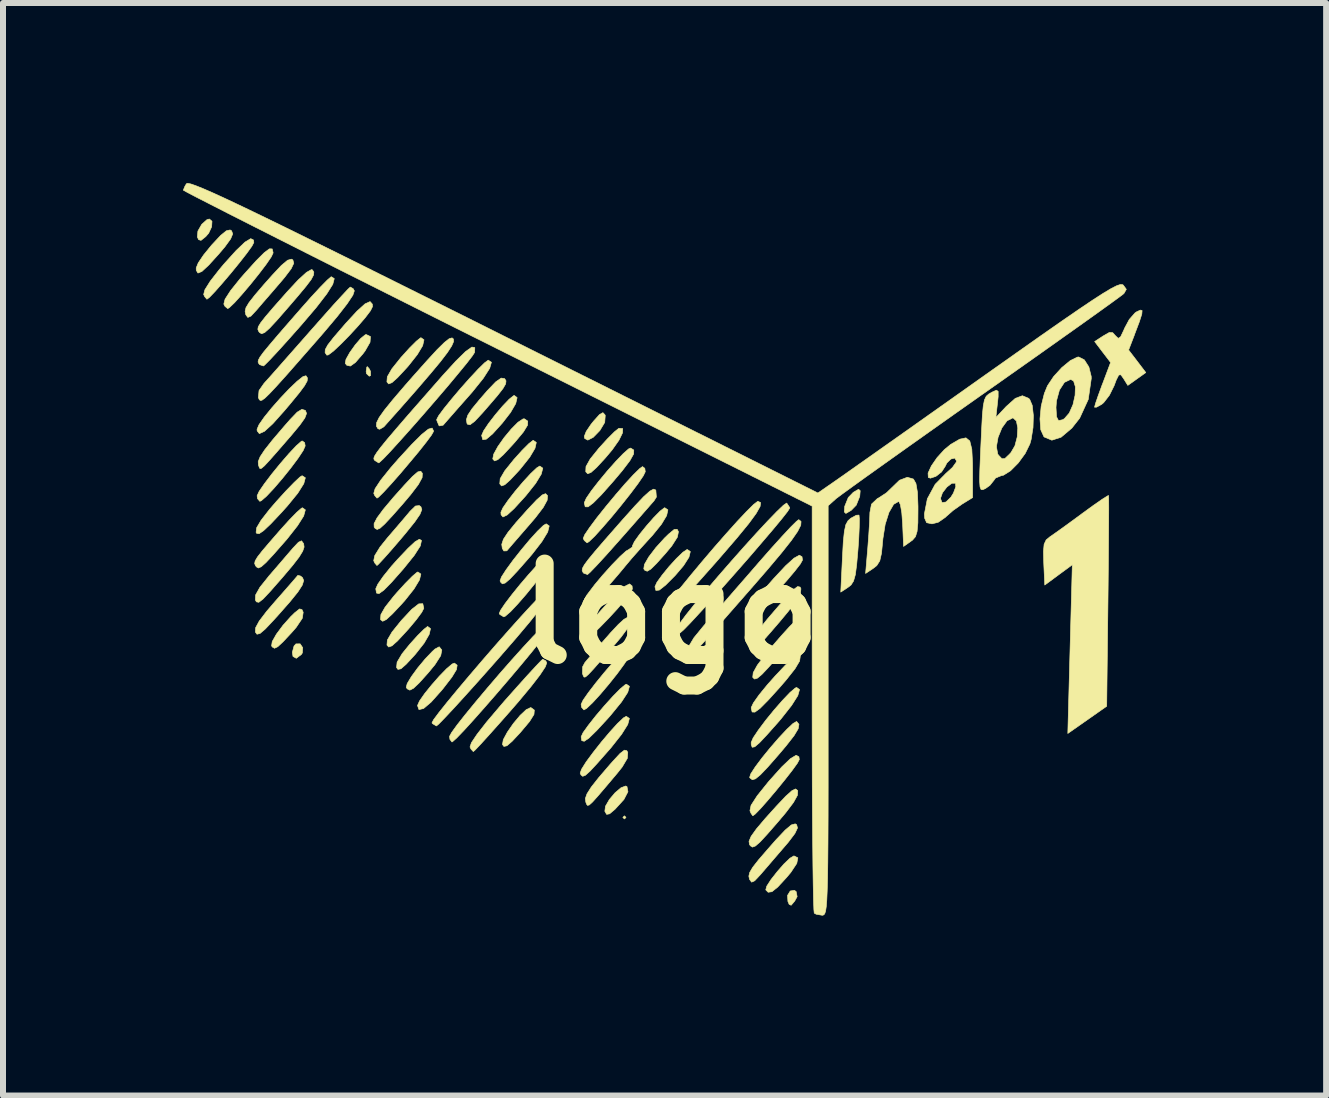
<source format=kicad_pcb>
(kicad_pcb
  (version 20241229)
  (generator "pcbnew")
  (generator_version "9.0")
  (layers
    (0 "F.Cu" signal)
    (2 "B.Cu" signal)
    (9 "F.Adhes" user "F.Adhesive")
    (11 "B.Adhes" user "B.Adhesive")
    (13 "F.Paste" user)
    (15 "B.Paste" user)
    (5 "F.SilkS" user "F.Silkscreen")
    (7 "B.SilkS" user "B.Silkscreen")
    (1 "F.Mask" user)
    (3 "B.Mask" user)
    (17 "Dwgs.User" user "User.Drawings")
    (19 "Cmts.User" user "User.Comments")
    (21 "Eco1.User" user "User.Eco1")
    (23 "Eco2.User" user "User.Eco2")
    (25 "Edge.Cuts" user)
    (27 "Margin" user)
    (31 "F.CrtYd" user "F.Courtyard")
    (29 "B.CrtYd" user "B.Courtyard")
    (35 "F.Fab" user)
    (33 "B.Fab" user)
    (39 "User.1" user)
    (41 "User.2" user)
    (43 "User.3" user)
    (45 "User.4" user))
  (footprint "logo"
    (layer "F.Cu")
    (at 8.132 7.177)
    (property "Reference" "logo" (at 0 0 0) (layer "F.SilkS") (effects (font (size 1.524 1.524) (thickness 0.3))))
    (attr through_hole)
    (fp_poly (pts (xy -0.749 3.396) (xy -0.775 3.422) (xy -0.802 3.396) (xy -0.775 3.369) (xy -0.749 3.396)) (stroke (width 0.01) (type solid)) (fill yes) (layer "F.SilkS"))
    (fp_poly (pts (xy -5.025 -4.076) (xy -5.007 -4.037) (xy -5.006 -3.968) (xy -5.028 -3.957) (xy -5.074 -4) (xy -5.08 -4.037) (xy -5.069 -4.109) (xy -5.059 -4.117) (xy -5.025 -4.076)) (stroke (width 0.01) (type solid)) (fill yes) (layer "F.SilkS"))
    (fp_poly (pts (xy -6.137 0.567) (xy -6.143 0.654) (xy -6.159 0.68) (xy -6.244 0.744) (xy -6.299 0.713) (xy -6.31 0.645) (xy -6.282 0.54) (xy -6.25 0.504) (xy -6.18 0.503) (xy -6.137 0.567)) (stroke (width 0.01) (type solid)) (fill yes) (layer "F.SilkS"))
    (fp_poly (pts (xy 2.086 4.631) (xy 2.103 4.716) (xy 2.063 4.789) (xy 2.003 4.86) (xy 1.97 4.845) (xy 1.949 4.796) (xy 1.943 4.695) (xy 1.988 4.622) (xy 2.057 4.611) (xy 2.086 4.631)) (stroke (width 0.01) (type solid)) (fill yes) (layer "F.SilkS"))
    (fp_poly (pts (xy 3.154 -2.049) (xy 3.146 -1.954) (xy 3.088 -1.808) (xy 3.003 -1.721) (xy 2.915 -1.67) (xy 2.889 -1.695) (xy 2.896 -1.789) (xy 2.955 -1.935) (xy 3.039 -2.022) (xy 3.127 -2.073) (xy 3.154 -2.049)) (stroke (width 0.01) (type solid)) (fill yes) (layer "F.SilkS"))
    (fp_poly (pts (xy -7.649 -6.539) (xy -7.655 -6.447) (xy -7.704 -6.341) (xy -7.753 -6.284) (xy -7.832 -6.221) (xy -7.872 -6.233) (xy -7.893 -6.278) (xy -7.884 -6.376) (xy -7.82 -6.488) (xy -7.733 -6.566) (xy -7.692 -6.577) (xy -7.649 -6.539)) (stroke (width 0.01) (type solid)) (fill yes) (layer "F.SilkS"))
    (fp_poly (pts (xy -1.1 -3.314) (xy -1.095 -3.303) (xy -1.104 -3.187) (xy -1.185 -3.052) (xy -1.296 -2.938) (xy -1.386 -2.892) (xy -1.438 -2.92) (xy -1.444 -2.956) (xy -1.412 -3.037) (xy -1.33 -3.158) (xy -1.288 -3.21) (xy -1.19 -3.319) (xy -1.134 -3.35) (xy -1.1 -3.314)) (stroke (width 0.01) (type solid)) (fill yes) (layer "F.SilkS"))
    (fp_poly (pts (xy -0.733 2.882) (xy -0.717 2.968) (xy -0.784 3.097) (xy -0.928 3.255) (xy -0.929 3.257) (xy -1.023 3.336) (xy -1.072 3.345) (xy -1.102 3.293) (xy -1.091 3.209) (xy -1.026 3.097) (xy -0.932 2.986) (xy -0.833 2.902) (xy -0.754 2.872) (xy -0.733 2.882)) (stroke (width 0.01) (type solid)) (fill yes) (layer "F.SilkS"))
    (fp_poly (pts (xy -5.008 -4.618) (xy -5.015 -4.523) (xy -5.098 -4.378) (xy -5.134 -4.33) (xy -5.259 -4.186) (xy -5.343 -4.126) (xy -5.403 -4.14) (xy -5.428 -4.172) (xy -5.416 -4.238) (xy -5.353 -4.351) (xy -5.263 -4.478) (xy -5.169 -4.588) (xy -5.094 -4.648) (xy -5.079 -4.652) (xy -5.008 -4.618)) (stroke (width 0.01) (type solid)) (fill yes) (layer "F.SilkS"))
    (fp_poly (pts (xy 0.323 -1.035) (xy 0.3 -0.941) (xy 0.21 -0.8) (xy 0.073 -0.639) (xy -0.089 -0.476) (xy -0.194 -0.393) (xy -0.251 -0.386) (xy -0.267 -0.449) (xy -0.234 -0.522) (xy -0.147 -0.643) (xy -0.032 -0.784) (xy 0.091 -0.919) (xy 0.199 -1.023) (xy 0.268 -1.069) (xy 0.272 -1.069) (xy 0.323 -1.035)) (stroke (width 0.01) (type solid)) (fill yes) (layer "F.SilkS"))
    (fp_poly (pts (xy 2.115 4.069) (xy 2.097 4.162) (xy 1.997 4.313) (xy 1.922 4.402) (xy 1.779 4.557) (xy 1.683 4.634) (xy 1.62 4.643) (xy 1.58 4.603) (xy 1.597 4.541) (xy 1.668 4.431) (xy 1.771 4.3) (xy 1.883 4.172) (xy 1.983 4.076) (xy 2.049 4.037) (xy 2.05 4.037) (xy 2.115 4.069)) (stroke (width 0.01) (type solid)) (fill yes) (layer "F.SilkS"))
    (fp_poly (pts (xy -6.149 -0.067) (xy -6.129 -0.023) (xy -6.144 0.077) (xy -6.246 0.229) (xy -6.32 0.314) (xy -6.463 0.467) (xy -6.553 0.551) (xy -6.607 0.577) (xy -6.643 0.556) (xy -6.656 0.537) (xy -6.645 0.465) (xy -6.576 0.343) (xy -6.467 0.196) (xy -6.336 0.049) (xy -6.269 -0.016) (xy -6.189 -0.079) (xy -6.149 -0.067)) (stroke (width 0.01) (type solid)) (fill yes) (layer "F.SilkS"))
    (fp_poly (pts (xy -4.119 -0.09) (xy -4.153 -0.023) (xy -4.243 0.099) (xy -4.371 0.252) (xy -4.409 0.294) (xy -4.555 0.452) (xy -4.649 0.536) (xy -4.704 0.556) (xy -4.733 0.523) (xy -4.726 0.439) (xy -4.649 0.307) (xy -4.497 0.118) (xy -4.49 0.11) (xy -4.32 -0.072) (xy -4.203 -0.163) (xy -4.136 -0.166) (xy -4.119 -0.09)) (stroke (width 0.01) (type solid)) (fill yes) (layer "F.SilkS"))
    (fp_poly (pts (xy -4.007 0.25) (xy -4.03 0.347) (xy -4.114 0.492) (xy -4.255 0.671) (xy -4.276 0.695) (xy -4.414 0.844) (xy -4.5 0.919) (xy -4.55 0.929) (xy -4.573 0.898) (xy -4.564 0.808) (xy -4.48 0.667) (xy -4.353 0.51) (xy -4.223 0.366) (xy -4.117 0.261) (xy -4.057 0.214) (xy -4.054 0.214) (xy -4.007 0.25)) (stroke (width 0.01) (type solid)) (fill yes) (layer "F.SilkS"))
    (fp_poly (pts (xy -3.563 0.859) (xy -3.575 0.933) (xy -3.651 1.058) (xy -3.796 1.246) (xy -3.823 1.279) (xy -3.997 1.474) (xy -4.123 1.581) (xy -4.2 1.599) (xy -4.224 1.531) (xy -4.191 1.456) (xy -4.106 1.334) (xy -3.988 1.188) (xy -3.859 1.041) (xy -3.738 0.917) (xy -3.646 0.839) (xy -3.609 0.824) (xy -3.563 0.859)) (stroke (width 0.01) (type solid)) (fill yes) (layer "F.SilkS"))
    (fp_poly (pts (xy -2.564 -3.6) (xy -2.587 -3.501) (xy -2.673 -3.353) (xy -2.812 -3.174) (xy -2.971 -2.998) (xy -3.077 -2.908) (xy -3.136 -2.899) (xy -3.155 -2.968) (xy -3.155 -2.971) (xy -3.122 -3.047) (xy -3.039 -3.171) (xy -2.926 -3.317) (xy -2.805 -3.46) (xy -2.696 -3.574) (xy -2.622 -3.633) (xy -2.61 -3.636) (xy -2.564 -3.6)) (stroke (width 0.01) (type solid)) (fill yes) (layer "F.SilkS"))
    (fp_poly (pts (xy -2.387 -3.209) (xy -2.39 -3.141) (xy -2.458 -3.029) (xy -2.597 -2.862) (xy -2.646 -2.807) (xy -2.792 -2.65) (xy -2.886 -2.566) (xy -2.941 -2.546) (xy -2.97 -2.579) (xy -2.954 -2.659) (xy -2.884 -2.786) (xy -2.78 -2.934) (xy -2.662 -3.076) (xy -2.55 -3.189) (xy -2.464 -3.246) (xy -2.442 -3.247) (xy -2.387 -3.209)) (stroke (width 0.01) (type solid)) (fill yes) (layer "F.SilkS"))
    (fp_poly (pts (xy -2.333 1.566) (xy -2.277 1.607) (xy -2.283 1.68) (xy -2.357 1.798) (xy -2.505 1.974) (xy -2.509 1.979) (xy -2.647 2.127) (xy -2.734 2.202) (xy -2.784 2.213) (xy -2.808 2.181) (xy -2.794 2.1) (xy -2.726 1.974) (xy -2.626 1.83) (xy -2.514 1.696) (xy -2.411 1.599) (xy -2.338 1.565) (xy -2.333 1.566)) (stroke (width 0.01) (type solid)) (fill yes) (layer "F.SilkS"))
    (fp_poly (pts (xy 0.125 -1.366) (xy 0.107 -1.275) (xy 0.013 -1.128) (xy -0.091 -1.003) (xy -0.24 -0.837) (xy -0.336 -0.742) (xy -0.395 -0.707) (xy -0.434 -0.721) (xy -0.453 -0.747) (xy -0.442 -0.82) (xy -0.37 -0.945) (xy -0.253 -1.099) (xy -0.107 -1.26) (xy -0.039 -1.326) (xy 0.054 -1.403) (xy 0.103 -1.406) (xy 0.125 -1.366)) (stroke (width 0.01) (type solid)) (fill yes) (layer "F.SilkS"))
    (fp_poly (pts (xy -7.322 -6.38) (xy -7.304 -6.328) (xy -7.338 -6.246) (xy -7.433 -6.115) (xy -7.537 -5.992) (xy -7.705 -5.807) (xy -7.817 -5.703) (xy -7.883 -5.676) (xy -7.911 -5.722) (xy -7.912 -5.762) (xy -7.878 -5.846) (xy -7.788 -5.979) (xy -7.661 -6.135) (xy -7.649 -6.149) (xy -7.505 -6.303) (xy -7.409 -6.381) (xy -7.347 -6.395) (xy -7.322 -6.38)) (stroke (width 0.01) (type solid)) (fill yes) (layer "F.SilkS"))
    (fp_poly (pts (xy -3.821 0.603) (xy -3.819 0.607) (xy -3.837 0.7) (xy -3.934 0.851) (xy -4.046 0.987) (xy -4.194 1.152) (xy -4.291 1.244) (xy -4.352 1.275) (xy -4.394 1.254) (xy -4.412 1.229) (xy -4.396 1.166) (xy -4.326 1.049) (xy -4.221 0.905) (xy -4.098 0.757) (xy -3.978 0.631) (xy -3.933 0.59) (xy -3.862 0.552) (xy -3.821 0.603)) (stroke (width 0.01) (type solid)) (fill yes) (layer "F.SilkS"))
    (fp_poly (pts (xy -2.244 -2.853) (xy -2.266 -2.755) (xy -2.354 -2.607) (xy -2.503 -2.42) (xy -2.533 -2.385) (xy -2.678 -2.23) (xy -2.77 -2.148) (xy -2.824 -2.129) (xy -2.853 -2.164) (xy -2.846 -2.249) (xy -2.77 -2.38) (xy -2.618 -2.569) (xy -2.615 -2.572) (xy -2.48 -2.722) (xy -2.369 -2.833) (xy -2.301 -2.886) (xy -2.294 -2.888) (xy -2.244 -2.853)) (stroke (width 0.01) (type solid)) (fill yes) (layer "F.SilkS"))
    (fp_poly (pts (xy -2.136 -2.425) (xy -2.161 -2.326) (xy -2.255 -2.171) (xy -2.415 -1.97) (xy -2.438 -1.944) (xy -2.611 -1.754) (xy -2.729 -1.645) (xy -2.8 -1.611) (xy -2.831 -1.648) (xy -2.834 -1.69) (xy -2.801 -1.763) (xy -2.715 -1.888) (xy -2.596 -2.041) (xy -2.463 -2.198) (xy -2.336 -2.336) (xy -2.236 -2.43) (xy -2.186 -2.46) (xy -2.136 -2.425)) (stroke (width 0.01) (type solid)) (fill yes) (layer "F.SilkS"))
    (fp_poly (pts (xy -6.093 -2.265) (xy -6.119 -2.167) (xy -6.219 -2.008) (xy -6.392 -1.796) (xy -6.489 -1.688) (xy -6.667 -1.499) (xy -6.788 -1.384) (xy -6.863 -1.333) (xy -6.904 -1.338) (xy -6.914 -1.355) (xy -6.905 -1.431) (xy -6.831 -1.556) (xy -6.688 -1.74) (xy -6.573 -1.873) (xy -6.414 -2.048) (xy -6.278 -2.188) (xy -6.183 -2.277) (xy -6.147 -2.299) (xy -6.093 -2.265)) (stroke (width 0.01) (type solid)) (fill yes) (layer "F.SilkS"))
    (fp_poly (pts (xy -4.168 -0.66) (xy -4.191 -0.563) (xy -4.282 -0.412) (xy -4.436 -0.218) (xy -4.488 -0.16) (xy -4.643 0.005) (xy -4.744 0.098) (xy -4.804 0.127) (xy -4.837 0.102) (xy -4.84 0.095) (xy -4.834 0.015) (xy -4.764 -0.108) (xy -4.623 -0.287) (xy -4.571 -0.347) (xy -4.428 -0.504) (xy -4.309 -0.624) (xy -4.232 -0.689) (xy -4.218 -0.695) (xy -4.168 -0.66)) (stroke (width 0.01) (type solid)) (fill yes) (layer "F.SilkS"))
    (fp_poly (pts (xy -4.116 -4.564) (xy -4.138 -4.466) (xy -4.227 -4.318) (xy -4.376 -4.129) (xy -4.41 -4.091) (xy -4.557 -3.933) (xy -4.65 -3.85) (xy -4.705 -3.829) (xy -4.734 -3.863) (xy -4.734 -3.863) (xy -4.727 -3.948) (xy -4.652 -4.079) (xy -4.501 -4.268) (xy -4.492 -4.278) (xy -4.356 -4.428) (xy -4.243 -4.541) (xy -4.174 -4.596) (xy -4.166 -4.599) (xy -4.116 -4.564)) (stroke (width 0.01) (type solid)) (fill yes) (layer "F.SilkS"))
    (fp_poly (pts (xy -2.772 -3.917) (xy -2.749 -3.88) (xy -2.755 -3.829) (xy -2.8 -3.751) (xy -2.894 -3.631) (xy -3.047 -3.453) (xy -3.141 -3.345) (xy -3.269 -3.208) (xy -3.348 -3.148) (xy -3.391 -3.157) (xy -3.4 -3.173) (xy -3.409 -3.234) (xy -3.385 -3.309) (xy -3.316 -3.414) (xy -3.191 -3.566) (xy -3.06 -3.717) (xy -2.921 -3.862) (xy -2.829 -3.926) (xy -2.772 -3.917)) (stroke (width 0.01) (type solid)) (fill yes) (layer "F.SilkS"))
    (fp_poly (pts (xy -0.804 -3.084) (xy -0.807 -3.013) (xy -0.867 -2.89) (xy -0.979 -2.731) (xy -1.095 -2.593) (xy -1.24 -2.436) (xy -1.333 -2.353) (xy -1.388 -2.332) (xy -1.418 -2.363) (xy -1.42 -2.368) (xy -1.416 -2.452) (xy -1.346 -2.577) (xy -1.202 -2.756) (xy -1.193 -2.766) (xy -1.057 -2.915) (xy -0.942 -3.03) (xy -0.871 -3.087) (xy -0.866 -3.089) (xy -0.804 -3.084)) (stroke (width 0.01) (type solid)) (fill yes) (layer "F.SilkS"))
    (fp_poly (pts (xy -0.692 1.211) (xy -0.72 1.311) (xy -0.824 1.471) (xy -1.001 1.688) (xy -1.049 1.743) (xy -1.236 1.946) (xy -1.365 2.072) (xy -1.445 2.127) (xy -1.486 2.117) (xy -1.497 2.053) (xy -1.464 1.982) (xy -1.375 1.858) (xy -1.251 1.701) (xy -1.109 1.534) (xy -0.968 1.378) (xy -0.846 1.254) (xy -0.762 1.184) (xy -0.742 1.176) (xy -0.692 1.211)) (stroke (width 0.01) (type solid)) (fill yes) (layer "F.SilkS"))
    (fp_poly (pts (xy 2.184 -0.949) (xy 2.192 -0.893) (xy 2.157 -0.829) (xy 2.063 -0.708) (xy 1.926 -0.546) (xy 1.795 -0.401) (xy 1.617 -0.212) (xy 1.496 -0.096) (xy 1.419 -0.043) (xy 1.377 -0.045) (xy 1.363 -0.066) (xy 1.368 -0.136) (xy 1.431 -0.248) (xy 1.56 -0.412) (xy 1.713 -0.586) (xy 1.91 -0.797) (xy 2.051 -0.925) (xy 2.14 -0.974) (xy 2.184 -0.949)) (stroke (width 0.01) (type solid)) (fill yes) (layer "F.SilkS"))
    (fp_poly (pts (xy 3.14 -1.583) (xy 3.138 -1.439) (xy 3.129 -1.236) (xy 3.117 -1.069) (xy 3.095 -0.817) (xy 3.073 -0.649) (xy 3.043 -0.544) (xy 3.002 -0.479) (xy 2.953 -0.44) (xy 2.83 -0.359) (xy 2.858 -0.936) (xy 2.872 -1.196) (xy 2.89 -1.371) (xy 2.914 -1.482) (xy 2.951 -1.549) (xy 2.997 -1.59) (xy 3.089 -1.64) (xy 3.134 -1.643) (xy 3.14 -1.583)) (stroke (width 0.01) (type solid)) (fill yes) (layer "F.SilkS"))
    (fp_poly (pts (xy -6.957 -6.227) (xy -6.952 -6.185) (xy -6.984 -6.124) (xy -7.069 -6.006) (xy -7.191 -5.85) (xy -7.331 -5.678) (xy -7.473 -5.511) (xy -7.599 -5.368) (xy -7.692 -5.271) (xy -7.734 -5.24) (xy -7.77 -5.282) (xy -7.788 -5.32) (xy -7.767 -5.399) (xy -7.677 -5.542) (xy -7.524 -5.738) (xy -7.452 -5.824) (xy -7.247 -6.051) (xy -7.099 -6.192) (xy -7.003 -6.25) (xy -6.957 -6.227)) (stroke (width 0.01) (type solid)) (fill yes) (layer "F.SilkS"))
    (fp_poly (pts (xy -6.058 -3.928) (xy -6.063 -3.877) (xy -6.107 -3.798) (xy -6.198 -3.676) (xy -6.346 -3.496) (xy -6.444 -3.38) (xy -6.636 -3.165) (xy -6.774 -3.039) (xy -6.86 -3) (xy -6.896 -3.046) (xy -6.898 -3.073) (xy -6.865 -3.15) (xy -6.778 -3.275) (xy -6.653 -3.429) (xy -6.509 -3.592) (xy -6.363 -3.746) (xy -6.231 -3.872) (xy -6.132 -3.951) (xy -6.083 -3.965) (xy -6.058 -3.928)) (stroke (width 0.01) (type solid)) (fill yes) (layer "F.SilkS"))
    (fp_poly (pts (xy -4.977 -5.159) (xy -4.974 -5.117) (xy -5.008 -5.048) (xy -5.096 -4.932) (xy -5.221 -4.787) (xy -5.363 -4.633) (xy -5.504 -4.49) (xy -5.625 -4.376) (xy -5.709 -4.313) (xy -5.735 -4.308) (xy -5.764 -4.35) (xy -5.761 -4.402) (xy -5.718 -4.48) (xy -5.624 -4.601) (xy -5.47 -4.78) (xy -5.422 -4.836) (xy -5.232 -5.042) (xy -5.098 -5.163) (xy -5.014 -5.201) (xy -4.977 -5.159)) (stroke (width 0.01) (type solid)) (fill yes) (layer "F.SilkS"))
    (fp_poly (pts (xy -4.159 -1.221) (xy -4.158 -1.219) (xy -4.177 -1.129) (xy -4.279 -0.97) (xy -4.462 -0.743) (xy -4.476 -0.727) (xy -4.659 -0.52) (xy -4.786 -0.391) (xy -4.866 -0.334) (xy -4.907 -0.343) (xy -4.919 -0.411) (xy -4.92 -0.414) (xy -4.885 -0.492) (xy -4.792 -0.625) (xy -4.657 -0.792) (xy -4.555 -0.906) (xy -4.381 -1.09) (xy -4.264 -1.199) (xy -4.193 -1.24) (xy -4.159 -1.221)) (stroke (width 0.01) (type solid)) (fill yes) (layer "F.SilkS"))
    (fp_poly (pts (xy -4.143 -2.339) (xy -4.147 -2.267) (xy -4.209 -2.153) (xy -4.336 -1.986) (xy -4.467 -1.831) (xy -4.645 -1.629) (xy -4.768 -1.497) (xy -4.847 -1.425) (xy -4.896 -1.403) (xy -4.929 -1.42) (xy -4.946 -1.443) (xy -4.948 -1.5) (xy -4.899 -1.595) (xy -4.793 -1.739) (xy -4.623 -1.941) (xy -4.446 -2.139) (xy -4.307 -2.287) (xy -4.22 -2.362) (xy -4.17 -2.374) (xy -4.143 -2.339)) (stroke (width 0.01) (type solid)) (fill yes) (layer "F.SilkS"))
    (fp_poly (pts (xy -2.029 -1.462) (xy -2.054 -1.361) (xy -2.151 -1.201) (xy -2.316 -0.988) (xy -2.384 -0.909) (xy -2.562 -0.707) (xy -2.684 -0.578) (xy -2.762 -0.511) (xy -2.81 -0.497) (xy -2.839 -0.526) (xy -2.848 -0.547) (xy -2.825 -0.611) (xy -2.747 -0.732) (xy -2.631 -0.891) (xy -2.494 -1.064) (xy -2.353 -1.233) (xy -2.224 -1.375) (xy -2.126 -1.47) (xy -2.079 -1.497) (xy -2.029 -1.462)) (stroke (width 0.01) (type solid)) (fill yes) (layer "F.SilkS"))
    (fp_poly (pts (xy -0.693 1.746) (xy -0.72 1.847) (xy -0.823 2.011) (xy -1 2.235) (xy -1.051 2.293) (xy -1.228 2.494) (xy -1.348 2.624) (xy -1.425 2.693) (xy -1.471 2.711) (xy -1.499 2.688) (xy -1.513 2.658) (xy -1.49 2.593) (xy -1.413 2.47) (xy -1.296 2.312) (xy -1.159 2.138) (xy -1.017 1.97) (xy -0.889 1.829) (xy -0.79 1.736) (xy -0.745 1.711) (xy -0.693 1.746)) (stroke (width 0.01) (type solid)) (fill yes) (layer "F.SilkS"))
    (fp_poly (pts (xy -0.648 -0.462) (xy -0.643 -0.411) (xy -0.678 -0.344) (xy -0.767 -0.227) (xy -0.894 -0.079) (xy -1.04 0.079) (xy -1.187 0.23) (xy -1.318 0.355) (xy -1.414 0.434) (xy -1.457 0.45) (xy -1.486 0.409) (xy -1.483 0.356) (xy -1.44 0.277) (xy -1.347 0.156) (xy -1.194 -0.023) (xy -1.119 -0.107) (xy -0.922 -0.322) (xy -0.78 -0.45) (xy -0.69 -0.496) (xy -0.648 -0.462)) (stroke (width 0.01) (type solid)) (fill yes) (layer "F.SilkS"))
    (fp_poly (pts (xy -0.62 -2.727) (xy -0.622 -2.661) (xy -0.684 -2.55) (xy -0.811 -2.383) (xy -0.964 -2.202) (xy -1.157 -1.984) (xy -1.294 -1.846) (xy -1.381 -1.78) (xy -1.429 -1.781) (xy -1.444 -1.844) (xy -1.444 -1.85) (xy -1.411 -1.924) (xy -1.325 -2.05) (xy -1.202 -2.208) (xy -1.062 -2.377) (xy -0.92 -2.537) (xy -0.795 -2.667) (xy -0.705 -2.746) (xy -0.672 -2.76) (xy -0.62 -2.727)) (stroke (width 0.01) (type solid)) (fill yes) (layer "F.SilkS"))
    (fp_poly (pts (xy 2.132 2.384) (xy 2.139 2.431) (xy 2.107 2.492) (xy 2.022 2.61) (xy 1.901 2.765) (xy 1.761 2.937) (xy 1.62 3.104) (xy 1.496 3.245) (xy 1.404 3.34) (xy 1.364 3.369) (xy 1.334 3.327) (xy 1.316 3.284) (xy 1.335 3.194) (xy 1.437 3.036) (xy 1.62 2.808) (xy 1.644 2.78) (xy 1.846 2.555) (xy 1.992 2.416) (xy 2.086 2.36) (xy 2.132 2.384)) (stroke (width 0.01) (type solid)) (fill yes) (layer "F.SilkS"))
    (fp_poly (pts (xy 2.143 1.265) (xy 2.114 1.366) (xy 2.011 1.529) (xy 1.838 1.749) (xy 1.784 1.812) (xy 1.6 2.019) (xy 1.475 2.152) (xy 1.396 2.219) (xy 1.354 2.227) (xy 1.338 2.184) (xy 1.337 2.147) (xy 1.37 2.07) (xy 1.457 1.94) (xy 1.579 1.777) (xy 1.72 1.604) (xy 1.861 1.443) (xy 1.984 1.314) (xy 2.071 1.24) (xy 2.095 1.23) (xy 2.143 1.265)) (stroke (width 0.01) (type solid)) (fill yes) (layer "F.SilkS"))
    (fp_poly (pts (xy 2.146 0.697) (xy 2.155 0.712) (xy 2.144 0.79) (xy 2.067 0.919) (xy 1.918 1.107) (xy 1.812 1.23) (xy 1.619 1.443) (xy 1.485 1.578) (xy 1.399 1.641) (xy 1.353 1.639) (xy 1.338 1.578) (xy 1.338 1.564) (xy 1.374 1.488) (xy 1.468 1.355) (xy 1.605 1.187) (xy 1.73 1.046) (xy 1.908 0.857) (xy 2.03 0.742) (xy 2.105 0.691) (xy 2.146 0.697)) (stroke (width 0.01) (type solid)) (fill yes) (layer "F.SilkS"))
    (fp_poly (pts (xy 2.16 0.141) (xy 2.149 0.235) (xy 2.066 0.377) (xy 2.013 0.443) (xy 1.794 0.704) (xy 1.631 0.89) (xy 1.517 1.011) (xy 1.441 1.075) (xy 1.394 1.09) (xy 1.367 1.067) (xy 1.363 1.058) (xy 1.371 0.983) (xy 1.44 0.858) (xy 1.577 0.676) (xy 1.692 0.537) (xy 1.846 0.36) (xy 1.975 0.218) (xy 2.064 0.129) (xy 2.095 0.107) (xy 2.16 0.141)) (stroke (width 0.01) (type solid)) (fill yes) (layer "F.SilkS"))
    (fp_poly (pts (xy -6.646 -6.079) (xy -6.631 -6.019) (xy -6.631 -6.01) (xy -6.663 -5.943) (xy -6.749 -5.818) (xy -6.871 -5.658) (xy -7.01 -5.485) (xy -7.15 -5.32) (xy -7.272 -5.184) (xy -7.359 -5.101) (xy -7.387 -5.084) (xy -7.433 -5.122) (xy -7.452 -5.16) (xy -7.431 -5.241) (xy -7.338 -5.385) (xy -7.177 -5.586) (xy -7.105 -5.668) (xy -6.913 -5.881) (xy -6.778 -6.016) (xy -6.692 -6.08) (xy -6.646 -6.079)) (stroke (width 0.01) (type solid)) (fill yes) (layer "F.SilkS"))
    (fp_poly (pts (xy -6.173 -0.627) (xy -6.14 -0.6) (xy -6.121 -0.552) (xy -6.144 -0.476) (xy -6.218 -0.361) (xy -6.351 -0.197) (xy -6.549 0.028) (xy -6.621 0.107) (xy -6.76 0.255) (xy -6.848 0.33) (xy -6.899 0.343) (xy -6.926 0.307) (xy -6.922 0.235) (xy -6.862 0.124) (xy -6.738 -0.039) (xy -6.599 -0.201) (xy -6.446 -0.375) (xy -6.321 -0.518) (xy -6.24 -0.612) (xy -6.218 -0.638) (xy -6.173 -0.627)) (stroke (width 0.01) (type solid)) (fill yes) (layer "F.SilkS"))
    (fp_poly (pts (xy -6.105 -2.85) (xy -6.096 -2.795) (xy -6.129 -2.719) (xy -6.215 -2.589) (xy -6.337 -2.426) (xy -6.476 -2.253) (xy -6.616 -2.09) (xy -6.739 -1.959) (xy -6.826 -1.883) (xy -6.852 -1.872) (xy -6.89 -1.916) (xy -6.897 -1.965) (xy -6.863 -2.038) (xy -6.775 -2.166) (xy -6.651 -2.329) (xy -6.509 -2.503) (xy -6.368 -2.666) (xy -6.246 -2.796) (xy -6.162 -2.87) (xy -6.146 -2.879) (xy -6.105 -2.85)) (stroke (width 0.01) (type solid)) (fill yes) (layer "F.SilkS"))
    (fp_poly (pts (xy -2.058 -1.968) (xy -2.057 -1.965) (xy -2.063 -1.89) (xy -2.128 -1.771) (xy -2.262 -1.596) (xy -2.358 -1.484) (xy -2.508 -1.311) (xy -2.633 -1.167) (xy -2.715 -1.071) (xy -2.736 -1.047) (xy -2.785 -1.045) (xy -2.811 -1.088) (xy -2.82 -1.155) (xy -2.792 -1.24) (xy -2.716 -1.355) (xy -2.583 -1.518) (xy -2.387 -1.738) (xy -2.239 -1.895) (xy -2.144 -1.979) (xy -2.089 -2) (xy -2.058 -1.968)) (stroke (width 0.01) (type solid)) (fill yes) (layer "F.SilkS"))
    (fp_poly (pts (xy -2.058 -0.891) (xy -2.043 -0.849) (xy -2.071 -0.78) (xy -2.153 -0.655) (xy -2.272 -0.496) (xy -2.411 -0.325) (xy -2.551 -0.164) (xy -2.673 -0.034) (xy -2.761 0.042) (xy -2.787 0.053) (xy -2.85 0.015) (xy -2.862 -0.001) (xy -2.84 -0.056) (xy -2.763 -0.17) (xy -2.648 -0.321) (xy -2.512 -0.489) (xy -2.371 -0.654) (xy -2.244 -0.795) (xy -2.145 -0.892) (xy -2.1 -0.923) (xy -2.058 -0.891)) (stroke (width 0.01) (type solid)) (fill yes) (layer "F.SilkS"))
    (fp_poly (pts (xy -0.736 2.283) (xy -0.72 2.313) (xy -0.727 2.411) (xy -0.813 2.556) (xy -0.89 2.653) (xy -1.083 2.882) (xy -1.219 3.041) (xy -1.307 3.139) (xy -1.361 3.188) (xy -1.39 3.196) (xy -1.406 3.176) (xy -1.419 3.141) (xy -1.427 3.081) (xy -1.399 3.002) (xy -1.328 2.89) (xy -1.204 2.733) (xy -1.017 2.515) (xy -0.968 2.46) (xy -0.848 2.33) (xy -0.776 2.275) (xy -0.736 2.283)) (stroke (width 0.01) (type solid)) (fill yes) (layer "F.SilkS"))
    (fp_poly (pts (xy -0.697 0.626) (xy -0.68 0.658) (xy -0.702 0.722) (xy -0.781 0.844) (xy -0.897 1.002) (xy -1.035 1.175) (xy -1.177 1.343) (xy -1.306 1.484) (xy -1.405 1.578) (xy -1.451 1.604) (xy -1.49 1.56) (xy -1.497 1.511) (xy -1.464 1.441) (xy -1.376 1.315) (xy -1.253 1.155) (xy -1.112 0.982) (xy -0.971 0.818) (xy -0.849 0.687) (xy -0.764 0.609) (xy -0.747 0.599) (xy -0.697 0.626)) (stroke (width 0.01) (type solid)) (fill yes) (layer "F.SilkS"))
    (fp_poly (pts (xy -0.689 0.07) (xy -0.68 0.083) (xy -0.675 0.147) (xy -0.724 0.246) (xy -0.834 0.394) (xy -0.967 0.552) (xy -1.158 0.771) (xy -1.29 0.921) (xy -1.374 1.011) (xy -1.423 1.054) (xy -1.448 1.058) (xy -1.462 1.034) (xy -1.475 0.997) (xy -1.472 0.885) (xy -1.433 0.813) (xy -1.192 0.53) (xy -1.009 0.321) (xy -0.876 0.179) (xy -0.784 0.095) (xy -0.725 0.062) (xy -0.689 0.07)) (stroke (width 0.01) (type solid)) (fill yes) (layer "F.SilkS"))
    (fp_poly (pts (xy 2.096 1.798) (xy 2.133 1.844) (xy 2.12 1.919) (xy 2.051 2.034) (xy 1.918 2.204) (xy 1.792 2.353) (xy 1.614 2.556) (xy 1.49 2.686) (xy 1.408 2.753) (xy 1.356 2.768) (xy 1.319 2.74) (xy 1.311 2.729) (xy 1.33 2.67) (xy 1.405 2.554) (xy 1.519 2.402) (xy 1.656 2.234) (xy 1.799 2.069) (xy 1.931 1.928) (xy 2.034 1.831) (xy 2.093 1.797) (xy 2.096 1.798)) (stroke (width 0.01) (type solid)) (fill yes) (layer "F.SilkS"))
    (fp_poly (pts (xy 2.109 2.945) (xy 2.113 2.954) (xy 2.108 3.027) (xy 2.043 3.145) (xy 1.913 3.317) (xy 1.783 3.471) (xy 1.607 3.673) (xy 1.487 3.803) (xy 1.408 3.872) (xy 1.358 3.891) (xy 1.324 3.869) (xy 1.309 3.848) (xy 1.301 3.794) (xy 1.336 3.711) (xy 1.424 3.588) (xy 1.573 3.412) (xy 1.757 3.208) (xy 1.913 3.043) (xy 2.015 2.951) (xy 2.076 2.921) (xy 2.109 2.945)) (stroke (width 0.01) (type solid)) (fill yes) (layer "F.SilkS"))
    (fp_poly (pts (xy 2.152 -0.443) (xy 2.166 -0.416) (xy 2.159 -0.343) (xy 2.092 -0.222) (xy 1.959 -0.043) (xy 1.814 0.132) (xy 1.657 0.314) (xy 1.527 0.462) (xy 1.438 0.558) (xy 1.406 0.588) (xy 1.373 0.546) (xy 1.356 0.507) (xy 1.355 0.455) (xy 1.391 0.375) (xy 1.473 0.257) (xy 1.607 0.09) (xy 1.804 -0.139) (xy 1.917 -0.267) (xy 2.038 -0.397) (xy 2.111 -0.452) (xy 2.152 -0.443)) (stroke (width 0.01) (type solid)) (fill yes) (layer "F.SilkS"))
    (fp_poly (pts (xy -6.301 -5.895) (xy -6.286 -5.84) (xy -6.329 -5.749) (xy -6.438 -5.605) (xy -6.502 -5.529) (xy -6.654 -5.352) (xy -6.801 -5.183) (xy -6.907 -5.059) (xy -7 -4.959) (xy -7.052 -4.937) (xy -7.085 -4.981) (xy -7.086 -4.985) (xy -7.097 -5.038) (xy -7.083 -5.099) (xy -7.032 -5.184) (xy -6.935 -5.308) (xy -6.783 -5.486) (xy -6.644 -5.642) (xy -6.492 -5.804) (xy -6.389 -5.89) (xy -6.324 -5.908) (xy -6.301 -5.895)) (stroke (width 0.01) (type solid)) (fill yes) (layer "F.SilkS"))
    (fp_poly (pts (xy -6.124 -1.17) (xy -6.121 -1.162) (xy -6.114 -1.11) (xy -6.137 -1.042) (xy -6.197 -0.944) (xy -6.305 -0.804) (xy -6.469 -0.61) (xy -6.676 -0.374) (xy -6.797 -0.245) (xy -6.869 -0.189) (xy -6.909 -0.197) (xy -6.926 -0.228) (xy -6.922 -0.312) (xy -6.85 -0.44) (xy -6.704 -0.622) (xy -6.704 -0.623) (xy -6.551 -0.8) (xy -6.406 -0.969) (xy -6.301 -1.091) (xy -6.208 -1.19) (xy -6.157 -1.214) (xy -6.124 -1.17)) (stroke (width 0.01) (type solid)) (fill yes) (layer "F.SilkS"))
    (fp_poly (pts (xy -6.093 -1.73) (xy -6.121 -1.628) (xy -6.224 -1.465) (xy -6.398 -1.244) (xy -6.451 -1.183) (xy -6.628 -0.982) (xy -6.749 -0.852) (xy -6.828 -0.782) (xy -6.876 -0.761) (xy -6.909 -0.78) (xy -6.925 -0.802) (xy -6.938 -0.835) (xy -6.93 -0.878) (xy -6.891 -0.944) (xy -6.81 -1.048) (xy -6.677 -1.204) (xy -6.503 -1.404) (xy -6.358 -1.564) (xy -6.237 -1.688) (xy -6.159 -1.756) (xy -6.142 -1.765) (xy -6.093 -1.73)) (stroke (width 0.01) (type solid)) (fill yes) (layer "F.SilkS"))
    (fp_poly (pts (xy -4.167 -1.781) (xy -4.152 -1.734) (xy -4.183 -1.655) (xy -4.269 -1.53) (xy -4.417 -1.346) (xy -4.49 -1.259) (xy -4.646 -1.077) (xy -4.777 -0.929) (xy -4.867 -0.832) (xy -4.9 -0.802) (xy -4.936 -0.844) (xy -4.954 -0.883) (xy -4.936 -0.969) (xy -4.848 -1.111) (xy -4.725 -1.264) (xy -4.578 -1.435) (xy -4.443 -1.593) (xy -4.349 -1.705) (xy -4.349 -1.705) (xy -4.258 -1.794) (xy -4.194 -1.801) (xy -4.167 -1.781)) (stroke (width 0.01) (type solid)) (fill yes) (layer "F.SilkS"))
    (fp_poly (pts (xy -3.957 -3.046) (xy -3.957 -3.037) (xy -3.99 -2.978) (xy -4.078 -2.859) (xy -4.205 -2.699) (xy -4.356 -2.518) (xy -4.513 -2.332) (xy -4.663 -2.162) (xy -4.788 -2.026) (xy -4.873 -1.942) (xy -4.899 -1.925) (xy -4.936 -1.967) (xy -4.953 -2.005) (xy -4.931 -2.082) (xy -4.836 -2.226) (xy -4.673 -2.429) (xy -4.541 -2.58) (xy -4.318 -2.823) (xy -4.154 -2.986) (xy -4.043 -3.075) (xy -3.98 -3.093) (xy -3.957 -3.046)) (stroke (width 0.01) (type solid)) (fill yes) (layer "F.SilkS"))
    (fp_poly (pts (xy 2.094 3.516) (xy 2.109 3.571) (xy 2.066 3.663) (xy 1.958 3.806) (xy 1.893 3.882) (xy 1.741 4.059) (xy 1.595 4.229) (xy 1.488 4.353) (xy 1.395 4.452) (xy 1.344 4.475) (xy 1.311 4.43) (xy 1.309 4.427) (xy 1.298 4.374) (xy 1.313 4.312) (xy 1.363 4.227) (xy 1.46 4.103) (xy 1.613 3.926) (xy 1.751 3.769) (xy 1.904 3.607) (xy 2.006 3.521) (xy 2.071 3.503) (xy 2.094 3.516)) (stroke (width 0.01) (type solid)) (fill yes) (layer "F.SilkS"))
    (fp_poly (pts (xy -6.095 -3.388) (xy -6.091 -3.384) (xy -6.073 -3.337) (xy -6.102 -3.26) (xy -6.187 -3.14) (xy -6.336 -2.961) (xy -6.364 -2.929) (xy -6.555 -2.709) (xy -6.688 -2.558) (xy -6.773 -2.466) (xy -6.823 -2.423) (xy -6.849 -2.417) (xy -6.862 -2.44) (xy -6.875 -2.478) (xy -6.879 -2.534) (xy -6.847 -2.614) (xy -6.771 -2.729) (xy -6.643 -2.891) (xy -6.453 -3.114) (xy -6.347 -3.235) (xy -6.229 -3.358) (xy -6.151 -3.405) (xy -6.095 -3.388)) (stroke (width 0.01) (type solid)) (fill yes) (layer "F.SilkS"))
    (fp_poly (pts (xy -2.992 -4.19) (xy -3.021 -4.089) (xy -3.128 -3.922) (xy -3.312 -3.693) (xy -3.379 -3.617) (xy -3.539 -3.436) (xy -3.673 -3.283) (xy -3.765 -3.178) (xy -3.797 -3.141) (xy -3.857 -3.129) (xy -3.867 -3.136) (xy -3.902 -3.219) (xy -3.904 -3.237) (xy -3.87 -3.301) (xy -3.781 -3.421) (xy -3.653 -3.579) (xy -3.505 -3.754) (xy -3.353 -3.925) (xy -3.214 -4.074) (xy -3.106 -4.18) (xy -3.046 -4.224) (xy -3.044 -4.224) (xy -2.992 -4.19)) (stroke (width 0.01) (type solid)) (fill yes) (layer "F.SilkS"))
    (fp_poly (pts (xy -0.436 -2.422) (xy -0.428 -2.365) (xy -0.461 -2.297) (xy -0.549 -2.168) (xy -0.676 -1.999) (xy -0.828 -1.807) (xy -0.988 -1.612) (xy -1.142 -1.434) (xy -1.272 -1.29) (xy -1.365 -1.201) (xy -1.398 -1.18) (xy -1.444 -1.219) (xy -1.462 -1.254) (xy -1.438 -1.314) (xy -1.356 -1.435) (xy -1.234 -1.599) (xy -1.084 -1.787) (xy -0.923 -1.981) (xy -0.766 -2.163) (xy -0.627 -2.314) (xy -0.522 -2.417) (xy -0.474 -2.451) (xy -0.436 -2.422)) (stroke (width 0.01) (type solid)) (fill yes) (layer "F.SilkS"))
    (fp_poly (pts (xy -5.975 -5.729) (xy -5.952 -5.693) (xy -5.956 -5.645) (xy -5.996 -5.569) (xy -6.083 -5.454) (xy -6.224 -5.285) (xy -6.39 -5.092) (xy -6.568 -4.888) (xy -6.691 -4.756) (xy -6.771 -4.685) (xy -6.822 -4.665) (xy -6.856 -4.685) (xy -6.873 -4.708) (xy -6.885 -4.74) (xy -6.877 -4.782) (xy -6.838 -4.847) (xy -6.759 -4.948) (xy -6.63 -5.099) (xy -6.44 -5.314) (xy -6.397 -5.363) (xy -6.212 -5.562) (xy -6.075 -5.687) (xy -5.992 -5.734) (xy -5.975 -5.729)) (stroke (width 0.01) (type solid)) (fill yes) (layer "F.SilkS"))
    (fp_poly (pts (xy -3.625 -4.577) (xy -3.623 -4.534) (xy -3.654 -4.462) (xy -3.725 -4.353) (xy -3.841 -4.201) (xy -4.009 -3.999) (xy -4.233 -3.738) (xy -4.52 -3.411) (xy -4.785 -3.114) (xy -4.854 -3.073) (xy -4.883 -3.082) (xy -4.909 -3.125) (xy -4.905 -3.184) (xy -4.863 -3.269) (xy -4.775 -3.393) (xy -4.634 -3.567) (xy -4.433 -3.802) (xy -4.297 -3.957) (xy -4.067 -4.215) (xy -3.897 -4.4) (xy -3.776 -4.519) (xy -3.696 -4.582) (xy -3.648 -4.596) (xy -3.625 -4.577)) (stroke (width 0.01) (type solid)) (fill yes) (layer "F.SilkS"))
    (fp_poly (pts (xy -2.087 0.786) (xy -2.07 0.82) (xy -2.094 0.887) (xy -2.184 1.023) (xy -2.334 1.217) (xy -2.537 1.461) (xy -2.655 1.597) (xy -2.856 1.825) (xy -3.032 2.022) (xy -3.172 2.176) (xy -3.263 2.272) (xy -3.294 2.299) (xy -3.332 2.258) (xy -3.349 2.221) (xy -3.325 2.15) (xy -3.231 2.01) (xy -3.073 1.807) (xy -2.854 1.549) (xy -2.777 1.459) (xy -2.576 1.233) (xy -2.4 1.037) (xy -2.259 0.884) (xy -2.167 0.787) (xy -2.137 0.76) (xy -2.087 0.786)) (stroke (width 0.01) (type solid)) (fill yes) (layer "F.SilkS"))
    (fp_poly (pts (xy -0.256 -2.062) (xy -0.252 -2.056) (xy -0.243 -1.943) (xy -0.282 -1.881) (xy -0.589 -1.53) (xy -0.855 -1.228) (xy -1.073 -0.983) (xy -1.24 -0.801) (xy -1.348 -0.689) (xy -1.39 -0.652) (xy -1.454 -0.674) (xy -1.469 -0.693) (xy -1.48 -0.721) (xy -1.474 -0.758) (xy -1.442 -0.816) (xy -1.375 -0.906) (xy -1.266 -1.038) (xy -1.105 -1.225) (xy -0.884 -1.477) (xy -0.805 -1.567) (xy -0.6 -1.796) (xy -0.453 -1.951) (xy -0.353 -2.041) (xy -0.291 -2.075) (xy -0.256 -2.062)) (stroke (width 0.01) (type solid)) (fill yes) (layer "F.SilkS"))
    (fp_poly (pts (xy -5.611 -5.584) (xy -5.636 -5.489) (xy -5.736 -5.33) (xy -5.912 -5.102) (xy -6.165 -4.805) (xy -6.182 -4.786) (xy -6.376 -4.567) (xy -6.547 -4.378) (xy -6.682 -4.233) (xy -6.768 -4.147) (xy -6.791 -4.128) (xy -6.855 -4.15) (xy -6.87 -4.169) (xy -6.881 -4.194) (xy -6.876 -4.226) (xy -6.849 -4.277) (xy -6.79 -4.358) (xy -6.69 -4.479) (xy -6.543 -4.652) (xy -6.339 -4.887) (xy -6.173 -5.077) (xy -5.997 -5.276) (xy -5.844 -5.441) (xy -5.729 -5.558) (xy -5.665 -5.613) (xy -5.66 -5.615) (xy -5.611 -5.584)) (stroke (width 0.01) (type solid)) (fill yes) (layer "F.SilkS"))
    (fp_poly (pts (xy 1.494 -1.851) (xy 1.486 -1.787) (xy 1.421 -1.672) (xy 1.296 -1.501) (xy 1.105 -1.268) (xy 0.845 -0.966) (xy 0.746 -0.852) (xy 0.522 -0.6) (xy 0.323 -0.378) (xy 0.158 -0.196) (xy 0.039 -0.068) (xy -0.024 -0.005) (xy -0.031 0) (xy -0.07 -0.042) (xy -0.087 -0.078) (xy -0.061 -0.136) (xy 0.025 -0.258) (xy 0.158 -0.431) (xy 0.327 -0.638) (xy 0.518 -0.867) (xy 0.719 -1.103) (xy 0.918 -1.33) (xy 1.102 -1.535) (xy 1.26 -1.703) (xy 1.378 -1.82) (xy 1.445 -1.871) (xy 1.45 -1.872) (xy 1.494 -1.851)) (stroke (width 0.01) (type solid)) (fill yes) (layer "F.SilkS"))
    (fp_poly (pts (xy 7.295 -1.913) (xy 7.296 -1.763) (xy 7.295 -1.532) (xy 7.293 -1.232) (xy 7.29 -0.875) (xy 7.286 -0.475) (xy 7.283 -0.204) (xy 7.262 1.543) (xy 6.938 1.77) (xy 6.614 1.997) (xy 6.689 -0.815) (xy 6.459 -0.646) (xy 6.23 -0.477) (xy 6.213 -0.84) (xy 6.208 -1.037) (xy 6.219 -1.157) (xy 6.253 -1.229) (xy 6.318 -1.283) (xy 6.319 -1.283) (xy 6.415 -1.35) (xy 6.57 -1.461) (xy 6.759 -1.599) (xy 6.862 -1.675) (xy 7.041 -1.805) (xy 7.185 -1.905) (xy 7.274 -1.961) (xy 7.293 -1.969) (xy 7.295 -1.913)) (stroke (width 0.01) (type solid)) (fill yes) (layer "F.SilkS"))
    (fp_poly (pts (xy -5.296 -5.416) (xy -5.277 -5.38) (xy -5.301 -5.308) (xy -5.396 -5.165) (xy -5.56 -4.954) (xy -5.79 -4.681) (xy -5.917 -4.535) (xy -6.194 -4.219) (xy -6.409 -3.974) (xy -6.571 -3.794) (xy -6.687 -3.67) (xy -6.765 -3.594) (xy -6.816 -3.557) (xy -6.845 -3.553) (xy -6.863 -3.571) (xy -6.876 -3.603) (xy -6.865 -3.719) (xy -6.78 -3.84) (xy -6.701 -3.927) (xy -6.567 -4.078) (xy -6.392 -4.277) (xy -6.189 -4.507) (xy -6.014 -4.706) (xy -5.809 -4.938) (xy -5.628 -5.142) (xy -5.481 -5.302) (xy -5.383 -5.407) (xy -5.344 -5.443) (xy -5.296 -5.416)) (stroke (width 0.01) (type solid)) (fill yes) (layer "F.SilkS"))
    (fp_poly (pts (xy -3.269 -4.434) (xy -3.272 -4.355) (xy -3.311 -4.294) (xy -3.407 -4.17) (xy -3.55 -3.996) (xy -3.725 -3.786) (xy -3.922 -3.556) (xy -4.128 -3.318) (xy -4.331 -3.087) (xy -4.518 -2.878) (xy -4.677 -2.703) (xy -4.796 -2.578) (xy -4.863 -2.517) (xy -4.871 -2.513) (xy -4.935 -2.552) (xy -4.948 -2.569) (xy -4.952 -2.591) (xy -4.939 -2.627) (xy -4.902 -2.686) (xy -4.835 -2.775) (xy -4.73 -2.904) (xy -4.581 -3.079) (xy -4.381 -3.311) (xy -4.123 -3.605) (xy -3.805 -3.968) (xy -3.583 -4.211) (xy -3.422 -4.369) (xy -3.317 -4.443) (xy -3.269 -4.434)) (stroke (width 0.01) (type solid)) (fill yes) (layer "F.SilkS"))
    (fp_poly (pts (xy -2.062 0.257) (xy -2.059 0.289) (xy -2.092 0.347) (xy -2.185 0.47) (xy -2.324 0.644) (xy -2.497 0.853) (xy -2.692 1.084) (xy -2.897 1.323) (xy -3.1 1.556) (xy -3.287 1.767) (xy -3.448 1.944) (xy -3.57 2.071) (xy -3.64 2.134) (xy -3.65 2.139) (xy -3.684 2.095) (xy -3.69 2.045) (xy -3.656 1.982) (xy -3.565 1.856) (xy -3.427 1.681) (xy -3.254 1.47) (xy -3.06 1.239) (xy -2.856 1.001) (xy -2.654 0.771) (xy -2.466 0.562) (xy -2.305 0.388) (xy -2.183 0.264) (xy -2.111 0.204) (xy -2.1 0.201) (xy -2.062 0.257)) (stroke (width 0.01) (type solid)) (fill yes) (layer "F.SilkS"))
    (fp_poly (pts (xy -2.04 -0.358) (xy -2.041 -0.305) (xy -2.091 -0.208) (xy -2.195 -0.061) (xy -2.357 0.142) (xy -2.582 0.409) (xy -2.874 0.745) (xy -2.949 0.83) (xy -3.198 1.111) (xy -3.424 1.362) (xy -3.618 1.575) (xy -3.77 1.737) (xy -3.87 1.84) (xy -3.909 1.872) (xy -3.973 1.833) (xy -3.983 1.82) (xy -3.957 1.769) (xy -3.87 1.652) (xy -3.734 1.481) (xy -3.559 1.269) (xy -3.357 1.029) (xy -3.139 0.774) (xy -2.915 0.516) (xy -2.697 0.269) (xy -2.495 0.044) (xy -2.322 -0.144) (xy -2.188 -0.284) (xy -2.104 -0.362) (xy -2.082 -0.374) (xy -2.04 -0.358)) (stroke (width 0.01) (type solid)) (fill yes) (layer "F.SilkS"))
    (fp_poly (pts (xy 1.93 -1.842) (xy 1.977 -1.771) (xy 1.979 -1.76) (xy 1.945 -1.705) (xy 1.851 -1.585) (xy 1.708 -1.412) (xy 1.528 -1.201) (xy 1.324 -0.963) (xy 1.105 -0.713) (xy 0.884 -0.463) (xy 0.673 -0.226) (xy 0.482 -0.017) (xy 0.325 0.153) (xy 0.211 0.27) (xy 0.153 0.32) (xy 0.15 0.321) (xy 0.116 0.277) (xy 0.117 0.218) (xy 0.155 0.149) (xy 0.253 0.018) (xy 0.397 -0.162) (xy 0.577 -0.378) (xy 0.782 -0.618) (xy 0.999 -0.867) (xy 1.217 -1.113) (xy 1.425 -1.343) (xy 1.612 -1.544) (xy 1.766 -1.703) (xy 1.875 -1.807) (xy 1.928 -1.843) (xy 1.93 -1.842)) (stroke (width 0.01) (type solid)) (fill yes) (layer "F.SilkS"))
    (fp_poly (pts (xy 2.168 -1.536) (xy 2.163 -1.473) (xy 2.111 -1.37) (xy 2.006 -1.219) (xy 1.842 -1.012) (xy 1.615 -0.742) (xy 1.36 -0.448) (xy 1.063 -0.109) (xy 0.829 0.158) (xy 0.65 0.36) (xy 0.519 0.506) (xy 0.427 0.602) (xy 0.367 0.658) (xy 0.332 0.68) (xy 0.312 0.676) (xy 0.301 0.655) (xy 0.29 0.624) (xy 0.29 0.624) (xy 0.301 0.538) (xy 0.384 0.4) (xy 0.545 0.203) (xy 0.548 0.2) (xy 0.683 0.045) (xy 0.87 -0.169) (xy 1.088 -0.42) (xy 1.319 -0.685) (xy 1.467 -0.856) (xy 1.67 -1.087) (xy 1.85 -1.286) (xy 1.994 -1.441) (xy 2.092 -1.538) (xy 2.13 -1.567) (xy 2.168 -1.536)) (stroke (width 0.01) (type solid)) (fill yes) (layer "F.SilkS"))
    (fp_poly (pts (xy -0.051 -1.73) (xy -0.072 -1.634) (xy -0.16 -1.488) (xy -0.309 -1.304) (xy -0.35 -1.26) (xy -0.509 -1.085) (xy -0.657 -0.918) (xy -0.764 -0.79) (xy -0.773 -0.779) (xy -0.876 -0.655) (xy -1.02 -0.488) (xy -1.169 -0.321) (xy -1.308 -0.172) (xy -1.395 -0.097) (xy -1.446 -0.086) (xy -1.471 -0.12) (xy -1.466 -0.193) (xy -1.401 -0.311) (xy -1.271 -0.483) (xy -1.142 -0.637) (xy -0.984 -0.813) (xy -0.847 -0.954) (xy -0.747 -1.044) (xy -0.709 -1.065) (xy -0.646 -1.108) (xy -0.642 -1.131) (xy -0.609 -1.201) (xy -0.524 -1.32) (xy -0.41 -1.461) (xy -0.289 -1.599) (xy -0.182 -1.708) (xy -0.111 -1.763) (xy -0.103 -1.765) (xy -0.051 -1.73)) (stroke (width 0.01) (type solid)) (fill yes) (layer "F.SilkS"))
    (fp_poly (pts (xy 4.041 -2.243) (xy 4.083 -2.169) (xy 4.108 -2.023) (xy 4.117 -1.79) (xy 4.117 -1.734) (xy 4.115 -1.512) (xy 4.102 -1.37) (xy 4.075 -1.283) (xy 4.026 -1.226) (xy 3.997 -1.205) (xy 3.877 -1.12) (xy 3.861 -1.496) (xy 3.847 -1.681) (xy 3.824 -1.815) (xy 3.798 -1.871) (xy 3.796 -1.872) (xy 3.711 -1.822) (xy 3.633 -1.687) (xy 3.57 -1.488) (xy 3.532 -1.248) (xy 3.529 -1.212) (xy 3.509 -1.007) (xy 3.48 -0.88) (xy 3.43 -0.801) (xy 3.373 -0.756) (xy 3.244 -0.67) (xy 3.28 -1.092) (xy 3.297 -1.319) (xy 3.31 -1.526) (xy 3.315 -1.672) (xy 3.315 -1.683) (xy 3.342 -1.825) (xy 3.439 -1.917) (xy 3.462 -1.929) (xy 3.593 -2.015) (xy 3.679 -2.098) (xy 3.808 -2.223) (xy 3.939 -2.273) (xy 4.041 -2.243)) (stroke (width 0.01) (type solid)) (fill yes) (layer "F.SilkS"))
    (fp_poly (pts (xy 6.889 -4.23) (xy 6.965 -4.111) (xy 7.004 -3.954) (xy 7.005 -3.919) (xy 6.955 -3.571) (xy 6.811 -3.257) (xy 6.681 -3.092) (xy 6.501 -2.94) (xy 6.348 -2.891) (xy 6.221 -2.944) (xy 6.214 -2.952) (xy 6.163 -3.065) (xy 6.15 -3.245) (xy 6.168 -3.437) (xy 6.417 -3.437) (xy 6.426 -3.281) (xy 6.459 -3.217) (xy 6.528 -3.232) (xy 6.556 -3.249) (xy 6.638 -3.343) (xy 6.7 -3.483) (xy 6.735 -3.639) (xy 6.74 -3.781) (xy 6.71 -3.878) (xy 6.661 -3.904) (xy 6.558 -3.855) (xy 6.474 -3.726) (xy 6.425 -3.546) (xy 6.417 -3.437) (xy 6.168 -3.437) (xy 6.17 -3.458) (xy 6.223 -3.67) (xy 6.275 -3.797) (xy 6.378 -3.952) (xy 6.513 -4.1) (xy 6.655 -4.217) (xy 6.773 -4.275) (xy 6.795 -4.278) (xy 6.889 -4.23)) (stroke (width 0.01) (type solid)) (fill yes) (layer "F.SilkS"))
    (fp_poly (pts (xy 7.852 -5.052) (xy 7.847 -4.992) (xy 7.806 -4.864) (xy 7.726 -4.653) (xy 7.723 -4.643) (xy 7.627 -4.394) (xy 7.771 -4.206) (xy 7.914 -4.018) (xy 7.614 -3.804) (xy 7.543 -3.918) (xy 7.498 -3.981) (xy 7.463 -3.977) (xy 7.421 -3.894) (xy 7.386 -3.8) (xy 7.307 -3.64) (xy 7.211 -3.516) (xy 7.179 -3.489) (xy 7.092 -3.441) (xy 7.059 -3.441) (xy 7.076 -3.504) (xy 7.122 -3.638) (xy 7.187 -3.816) (xy 7.193 -3.83) (xy 7.327 -4.186) (xy 7.194 -4.36) (xy 7.061 -4.535) (xy 7.202 -4.627) (xy 7.305 -4.686) (xy 7.362 -4.683) (xy 7.409 -4.631) (xy 7.454 -4.588) (xy 7.494 -4.614) (xy 7.547 -4.725) (xy 7.559 -4.755) (xy 7.639 -4.904) (xy 7.735 -5.013) (xy 7.76 -5.03) (xy 7.823 -5.059) (xy 7.852 -5.052)) (stroke (width 0.01) (type solid)) (fill yes) (layer "F.SilkS"))
    (fp_poly (pts (xy 4.98 -2.878) (xy 5.014 -2.741) (xy 5.026 -2.51) (xy 5.027 -2.412) (xy 5.027 -1.934) (xy 4.849 -1.824) (xy 4.703 -1.721) (xy 4.583 -1.616) (xy 4.574 -1.606) (xy 4.454 -1.523) (xy 4.35 -1.497) (xy 4.261 -1.516) (xy 4.228 -1.591) (xy 4.224 -1.663) (xy 4.273 -1.914) (xy 4.275 -1.918) (xy 4.492 -1.918) (xy 4.518 -1.85) (xy 4.584 -1.861) (xy 4.665 -1.941) (xy 4.707 -2.008) (xy 4.747 -2.115) (xy 4.742 -2.174) (xy 4.681 -2.173) (xy 4.598 -2.11) (xy 4.525 -2.015) (xy 4.492 -1.922) (xy 4.492 -1.918) (xy 4.275 -1.918) (xy 4.403 -2.155) (xy 4.58 -2.335) (xy 4.692 -2.437) (xy 4.754 -2.524) (xy 4.759 -2.545) (xy 4.73 -2.593) (xy 4.665 -2.577) (xy 4.598 -2.511) (xy 4.57 -2.455) (xy 4.51 -2.362) (xy 4.415 -2.288) (xy 4.324 -2.258) (xy 4.289 -2.27) (xy 4.285 -2.343) (xy 4.34 -2.462) (xy 4.436 -2.601) (xy 4.556 -2.733) (xy 4.663 -2.821) (xy 4.813 -2.908) (xy 4.916 -2.93) (xy 4.98 -2.878)) (stroke (width 0.01) (type solid)) (fill yes) (layer "F.SilkS"))
    (fp_poly (pts (xy 5.453 -3.705) (xy 5.453 -3.615) (xy 5.442 -3.512) (xy 5.415 -3.269) (xy 5.588 -3.453) (xy 5.739 -3.588) (xy 5.857 -3.632) (xy 5.96 -3.589) (xy 5.978 -3.572) (xy 6.021 -3.471) (xy 6.04 -3.302) (xy 6.034 -3.101) (xy 6.003 -2.905) (xy 5.982 -2.829) (xy 5.904 -2.67) (xy 5.788 -2.511) (xy 5.659 -2.381) (xy 5.541 -2.307) (xy 5.503 -2.299) (xy 5.409 -2.26) (xy 5.383 -2.223) (xy 5.315 -2.138) (xy 5.242 -2.086) (xy 5.198 -2.066) (xy 5.168 -2.069) (xy 5.151 -2.112) (xy 5.144 -2.209) (xy 5.147 -2.377) (xy 5.157 -2.629) (xy 5.163 -2.765) (xy 5.164 -2.783) (xy 5.424 -2.783) (xy 5.446 -2.66) (xy 5.459 -2.642) (xy 5.515 -2.582) (xy 5.563 -2.583) (xy 5.637 -2.653) (xy 5.666 -2.684) (xy 5.732 -2.797) (xy 5.771 -2.945) (xy 5.78 -3.094) (xy 5.757 -3.211) (xy 5.702 -3.262) (xy 5.696 -3.262) (xy 5.601 -3.214) (xy 5.515 -3.095) (xy 5.452 -2.94) (xy 5.424 -2.783) (xy 5.164 -2.783) (xy 5.178 -3.082) (xy 5.19 -3.31) (xy 5.205 -3.464) (xy 5.225 -3.563) (xy 5.254 -3.623) (xy 5.296 -3.66) (xy 5.352 -3.692) (xy 5.423 -3.724) (xy 5.453 -3.705)) (stroke (width 0.01) (type solid)) (fill yes) (layer "F.SilkS"))
    (fp_poly (pts (xy -8.004 -7.162) (xy -7.92 -7.133) (xy -7.798 -7.084) (xy -7.633 -7.012) (xy -7.419 -6.914) (xy -7.152 -6.788) (xy -6.828 -6.632) (xy -6.44 -6.443) (xy -5.985 -6.219) (xy -5.458 -5.959) (xy -4.853 -5.658) (xy -4.166 -5.316) (xy -3.391 -4.93) (xy -2.788 -4.628) (xy 2.449 -2.011) (xy 2.735 -2.209) (xy 2.835 -2.279) (xy 3.012 -2.404) (xy 3.258 -2.577) (xy 3.561 -2.791) (xy 3.914 -3.04) (xy 4.305 -3.317) (xy 4.725 -3.614) (xy 5.165 -3.926) (xy 5.24 -3.979) (xy 5.744 -4.335) (xy 6.168 -4.634) (xy 6.519 -4.879) (xy 6.804 -5.075) (xy 7.03 -5.227) (xy 7.204 -5.339) (xy 7.334 -5.417) (xy 7.426 -5.464) (xy 7.487 -5.485) (xy 7.524 -5.484) (xy 7.538 -5.476) (xy 7.589 -5.406) (xy 7.553 -5.341) (xy 7.538 -5.326) (xy 7.48 -5.282) (xy 7.343 -5.182) (xy 7.136 -5.033) (xy 6.866 -4.84) (xy 6.543 -4.611) (xy 6.174 -4.349) (xy 5.769 -4.063) (xy 5.335 -3.757) (xy 5.16 -3.634) (xy 4.716 -3.321) (xy 4.295 -3.023) (xy 3.907 -2.748) (xy 3.56 -2.501) (xy 3.263 -2.289) (xy 3.024 -2.117) (xy 2.852 -1.992) (xy 2.755 -1.92) (xy 2.741 -1.907) (xy 2.62 -1.799) (xy 2.62 1.614) (xy 2.62 2.302) (xy 2.62 2.891) (xy 2.619 3.389) (xy 2.617 3.803) (xy 2.614 4.14) (xy 2.61 4.41) (xy 2.604 4.618) (xy 2.597 4.774) (xy 2.588 4.884) (xy 2.577 4.957) (xy 2.563 5) (xy 2.547 5.02) (xy 2.528 5.026) (xy 2.522 5.027) (xy 2.42 5.009) (xy 2.388 4.991) (xy 2.382 4.933) (xy 2.376 4.776) (xy 2.371 4.532) (xy 2.366 4.207) (xy 2.362 3.813) (xy 2.358 3.357) (xy 2.355 2.849) (xy 2.354 2.298) (xy 2.353 1.713) (xy 2.353 1.582) (xy 2.353 -1.792) (xy -2.888 -4.412) (xy -3.587 -4.761) (xy -4.259 -5.098) (xy -4.898 -5.419) (xy -5.497 -5.719) (xy -6.05 -5.998) (xy -6.551 -6.251) (xy -6.994 -6.475) (xy -7.373 -6.667) (xy -7.682 -6.825) (xy -7.915 -6.944) (xy -8.065 -7.023) (xy -8.126 -7.057) (xy -8.127 -7.058) (xy -8.101 -7.121) (xy -8.075 -7.165) (xy -8.054 -7.172) (xy -8.004 -7.162)) (stroke (width 0.01) (type solid)) (fill yes) (layer "F.SilkS")))
  (gr_rect
    (start -3 -3)
    (end 19.051 15.208)
    (stroke (width 0.1) (type default))
    (fill no)
    (layer "Edge.Cuts")))
</source>
